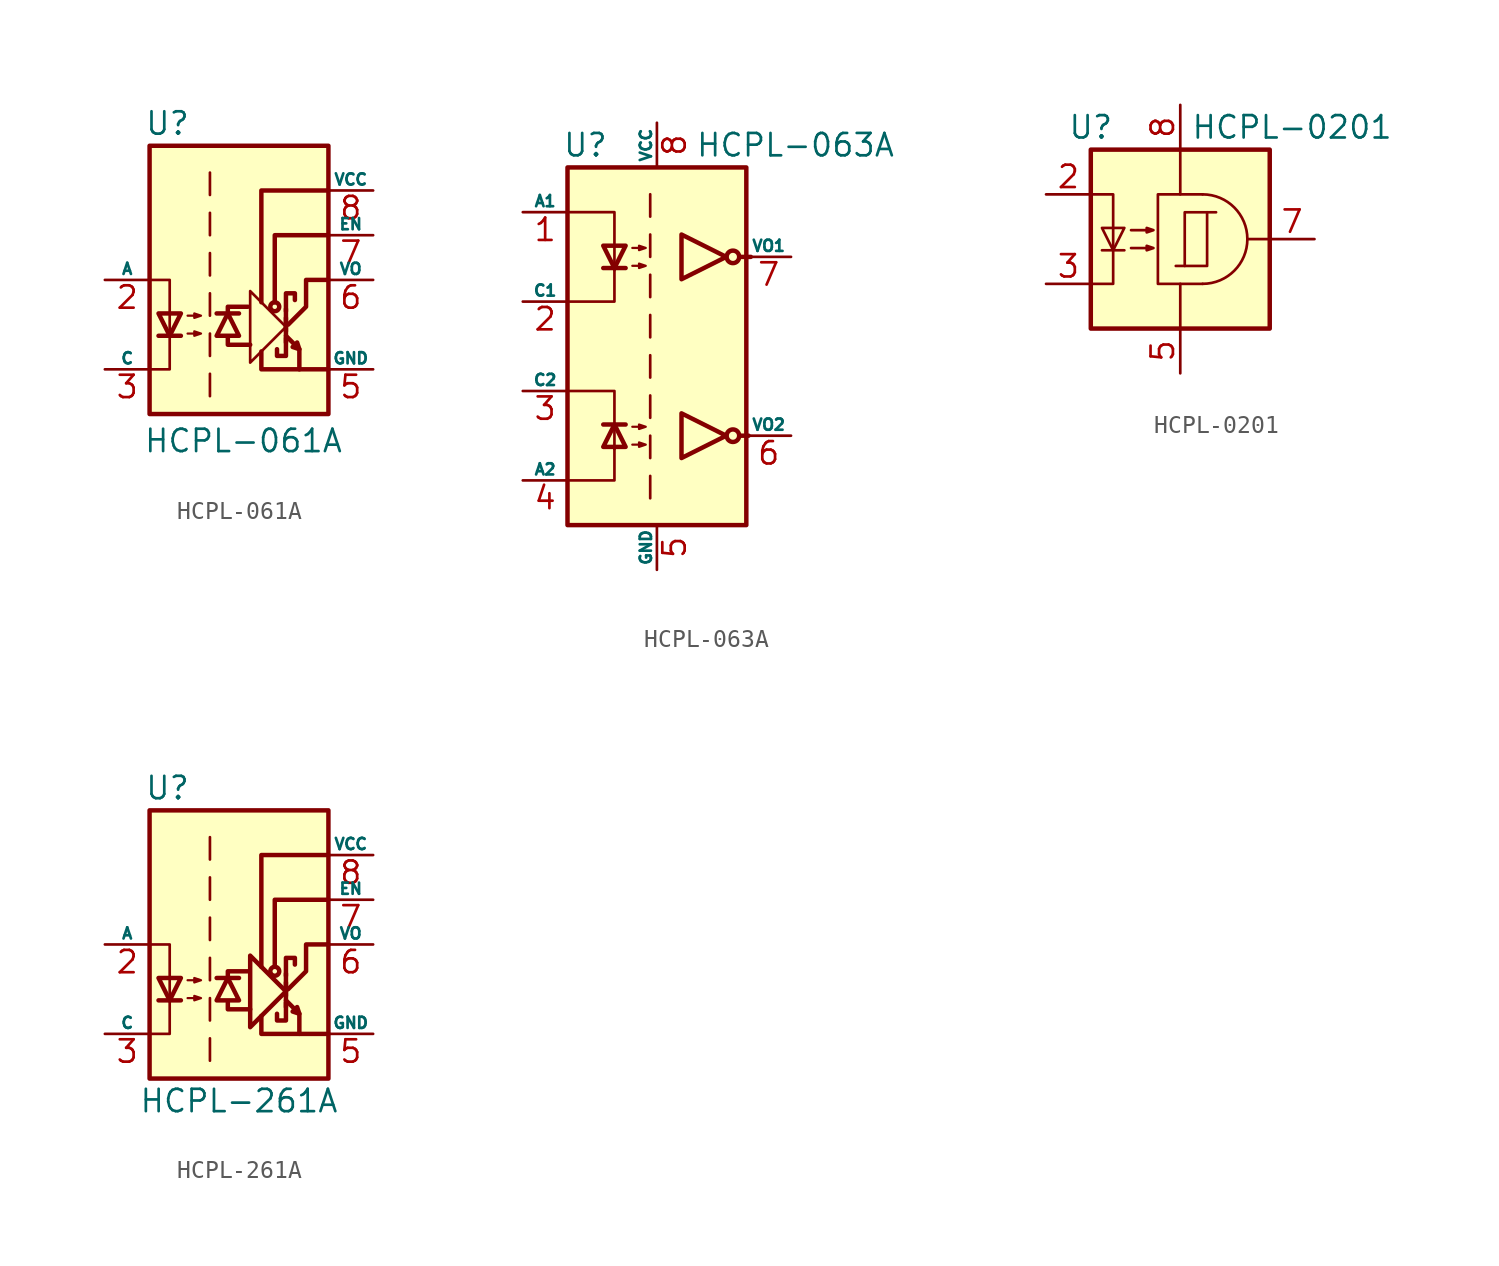
<source format=kicad_sym>
(kicad_symbol_lib
  (version 20201005)
  (generator kicad_symbol_editor)
  (symbol "HCPL-061A"
    (pin_names
      (offset 0))
    (property "Reference" "U"
      (at -4.064 8.89 0)
      (effects (font (size 1.27 1.27))))
    (property "Value" "HCPL-061A"
      (at 0.254 -9.144 0)
      (effects (font (size 1.27 1.27))))
    (symbol "HCPL-061A_0_1"
      (circle (center 2.032 -1.524) (radius 0.254) (stroke (width 0.254)) (fill (type none)))
      (polyline (pts (xy 2.667 -3.556) (xy 2.667 -1.651)) (stroke (width 0.254)) (fill (type none)))
      (polyline (pts (xy 2.667 -2.159) (xy 2.667 -2.921)) (stroke (width 0.254)) (fill (type none)))
      (polyline (pts (xy 3.429 -3.937) (xy 3.429 -5.08)) (stroke (width 0.254)) (fill (type none)))
      (polyline (pts (xy -0.635 -3.302) (xy -0.635 -3.683) (xy 0.635 -3.683)) (stroke (width 0.254)) (fill (type none)))
      (polyline (pts (xy -0.635 -1.905) (xy -0.635 -1.524) (xy 0.508 -1.524)) (stroke (width 0.254)) (fill (type none)))
      (polyline (pts (xy 1.27 -4.064) (xy 1.27 -5.08) (xy 5.08 -5.08)) (stroke (width 0.254)) (fill (type none)))
      (polyline (pts (xy 1.27 -1.27) (xy 1.27 5.08) (xy 5.08 5.08)) (stroke (width 0.254)) (fill (type none)))
      (polyline (pts (xy 2.032 -1.27) (xy 2.032 2.54) (xy 5.08 2.54)) (stroke (width 0.254)) (fill (type none)))
      (polyline (pts (xy -5.08 -5.08) (xy -3.937 -5.08) (xy -3.937 0) (xy -5.08 0)) (stroke (width 0)) (fill (type none)))
      (polyline (pts (xy 2.667 -3.302) (xy 2.667 -4.318) (xy 2.159 -4.318) (xy 2.159 -3.937)) (stroke (width 0.254)) (fill (type none)))
      (polyline (pts (xy 2.667 -2.667) (xy 0.635 -4.699) (xy 0.635 -0.635) (xy 2.667 -2.667)) (stroke (width 0)) (fill (type none)))
      (polyline (pts (xy 2.667 -1.778) (xy 2.667 -0.762) (xy 3.175 -0.762) (xy 3.175 -1.143)) (stroke (width 0.254)) (fill (type none)))
      (polyline (pts (xy 2.794 -2.54) (xy 3.81 -1.524) (xy 3.81 0) (xy 5.08 0)) (stroke (width 0.254)) (fill (type none)))
      (polyline (pts (xy 2.667 -3.175) (xy 3.429 -3.937) (xy 3.302 -3.556) (xy 3.048 -3.81) (xy 3.429 -3.937)) (stroke (width 0.254)) (fill (type none))))
    (symbol "HCPL-061A_1_1"
      (rectangle (start -5.08 7.62) (end 5.08 -7.62) (stroke (width 0.254)) (fill (type background)))
      (polyline (pts (xy -4.572 -3.175) (xy -3.302 -3.175)) (stroke (width 0.254)) (fill (type none)))
      (polyline (pts (xy -1.651 -5.334) (xy -1.651 -6.604)) (stroke (width 0)) (fill (type none)))
      (polyline (pts (xy -1.651 -3.048) (xy -1.651 -4.318)) (stroke (width 0)) (fill (type none)))
      (polyline (pts (xy -1.651 -0.762) (xy -1.651 -2.032)) (stroke (width 0)) (fill (type none)))
      (polyline (pts (xy -1.651 1.524) (xy -1.651 0.254)) (stroke (width 0)) (fill (type none)))
      (polyline (pts (xy -1.651 3.81) (xy -1.651 2.54)) (stroke (width 0)) (fill (type none)))
      (polyline (pts (xy -1.651 6.096) (xy -1.651 4.826)) (stroke (width 0)) (fill (type none)))
      (polyline (pts (xy -1.27 -1.905) (xy 0 -1.905)) (stroke (width 0.254)) (fill (type none)))
      (polyline (pts (xy -3.937 -3.175) (xy -4.572 -1.905) (xy -3.302 -1.905) (xy -3.937 -3.175)) (stroke (width 0.254)) (fill (type none)))
      (polyline (pts (xy -0.635 -1.905) (xy -1.27 -3.175) (xy 0 -3.175) (xy -0.635 -1.905)) (stroke (width 0.254)) (fill (type none)))
      (polyline (pts (xy -2.921 -3.048) (xy -2.159 -3.048) (xy -2.54 -3.175) (xy -2.54 -2.921) (xy -2.159 -3.048)) (stroke (width 0.127)) (fill (type none)))
      (polyline (pts (xy -2.921 -2.032) (xy -2.159 -2.032) (xy -2.54 -2.159) (xy -2.54 -1.905) (xy -2.159 -2.032)) (stroke (width 0.127)) (fill (type none)))
      (pin no_connect line (at -5.08 5.08 0) (length 2.54) hide (name "NC" (effects (font (size 0.635 0.635)))) (number "1" (effects (font (size 1.27 1.27)))))
      (pin passive line (at -7.62 0 0) (length 2.54) (name "A" (effects (font (size 0.635 0.635)))) (number "2" (effects (font (size 1.27 1.27)))))
      (pin passive line (at -7.62 -5.08 0) (length 2.54) (name "C" (effects (font (size 0.635 0.635)))) (number "3" (effects (font (size 1.27 1.27)))))
      (pin power_in line (at 7.62 -5.08 180) (length 2.54) (name "GND" (effects (font (size 0.635 0.635)))) (number "5" (effects (font (size 1.27 1.27)))))
      (pin open_collector line (at 7.62 0 180) (length 2.54) (name "VO" (effects (font (size 0.635 0.635)))) (number "6" (effects (font (size 1.27 1.27)))))
      (pin input line (at 7.62 2.54 180) (length 2.54) (name "EN" (effects (font (size 0.635 0.635)))) (number "7" (effects (font (size 1.27 1.27)))))
      (pin power_in line (at 7.62 5.08 180) (length 2.54) (name "VCC" (effects (font (size 0.635 0.635)))) (number "8" (effects (font (size 1.27 1.27)))))))
  (symbol "HCPL-063A"
    (pin_names
      (offset 0))
    (property "Reference" "U"
      (at -4.064 11.43 0)
      (effects (font (size 1.27 1.27))))
    (property "Value" "HCPL-063A"
      (at 7.874 11.43 0)
      (effects (font (size 1.27 1.27))))
    (symbol "HCPL-063A_0_1"
      (rectangle (start -5.08 10.16) (end 5.08 -10.16) (stroke (width 0.254)) (fill (type background))))
    (symbol "HCPL-063A_1_1"
      (circle (center 4.318 -5.08) (radius 0.356) (stroke (width 0.254)) (fill (type none)))
      (circle (center 4.318 5.08) (radius 0.356) (stroke (width 0.254)) (fill (type none)))
      (polyline (pts (xy -3.048 -4.445) (xy -1.778 -4.445)) (stroke (width 0.254)) (fill (type none)))
      (polyline (pts (xy -3.048 4.445) (xy -1.778 4.445)) (stroke (width 0.254)) (fill (type none)))
      (polyline (pts (xy -0.381 -7.366) (xy -0.381 -8.636)) (stroke (width 0)) (fill (type none)))
      (polyline (pts (xy -0.381 -5.08) (xy -0.381 -6.35)) (stroke (width 0)) (fill (type none)))
      (polyline (pts (xy -0.381 -2.794) (xy -0.381 -4.064)) (stroke (width 0)) (fill (type none)))
      (polyline (pts (xy -0.381 -0.508) (xy -0.381 -1.778)) (stroke (width 0)) (fill (type none)))
      (polyline (pts (xy -0.381 1.778) (xy -0.381 0.508)) (stroke (width 0)) (fill (type none)))
      (polyline (pts (xy -0.381 4.064) (xy -0.381 2.794)) (stroke (width 0)) (fill (type none)))
      (polyline (pts (xy -0.381 6.35) (xy -0.381 5.08)) (stroke (width 0)) (fill (type none)))
      (polyline (pts (xy -0.381 8.636) (xy -0.381 7.366)) (stroke (width 0)) (fill (type none)))
      (polyline (pts (xy 4.699 -5.08) (xy 5.207 -5.08)) (stroke (width 0.254)) (fill (type none)))
      (polyline (pts (xy 4.699 5.08) (xy 5.334 5.08)) (stroke (width 0.254)) (fill (type none)))
      (polyline (pts (xy -4.953 -7.62) (xy -2.413 -7.62) (xy -2.413 -5.715)) (stroke (width 0)) (fill (type none)))
      (polyline (pts (xy -4.953 7.62) (xy -2.413 7.62) (xy -2.413 4.318)) (stroke (width 0)) (fill (type none)))
      (polyline (pts (xy -2.413 -5.842) (xy -2.413 -2.54) (xy -4.953 -2.54)) (stroke (width 0)) (fill (type none)))
      (polyline (pts (xy -2.413 4.445) (xy -2.413 2.54) (xy -4.953 2.54)) (stroke (width 0)) (fill (type none)))
      (polyline (pts (xy -2.413 -4.445) (xy -3.048 -5.715) (xy -1.778 -5.715) (xy -2.413 -4.445)) (stroke (width 0.254)) (fill (type none)))
      (polyline (pts (xy -2.413 4.445) (xy -3.048 5.715) (xy -1.778 5.715) (xy -2.413 4.445)) (stroke (width 0.254)) (fill (type none)))
      (polyline (pts (xy 3.937 -5.08) (xy 1.397 -3.81) (xy 1.397 -6.35) (xy 3.937 -5.08)) (stroke (width 0.254)) (fill (type none)))
      (polyline (pts (xy 3.937 5.08) (xy 1.397 6.35) (xy 1.397 3.81) (xy 3.937 5.08)) (stroke (width 0.254)) (fill (type none)))
      (polyline (pts (xy -1.397 -5.588) (xy -0.635 -5.588) (xy -1.016 -5.715) (xy -1.016 -5.461) (xy -0.635 -5.588)) (stroke (width 0.127)) (fill (type none)))
      (polyline (pts (xy -1.397 -4.572) (xy -0.635 -4.572) (xy -1.016 -4.699) (xy -1.016 -4.445) (xy -0.635 -4.572)) (stroke (width 0.127)) (fill (type none)))
      (polyline (pts (xy -1.397 4.572) (xy -0.635 4.572) (xy -1.016 4.445) (xy -1.016 4.699) (xy -0.635 4.572)) (stroke (width 0.127)) (fill (type none)))
      (polyline (pts (xy -1.397 5.588) (xy -0.635 5.588) (xy -1.016 5.461) (xy -1.016 5.715) (xy -0.635 5.588)) (stroke (width 0.127)) (fill (type none)))
      (pin passive line (at -7.62 7.62 0) (length 2.54) (name "A1" (effects (font (size 0.635 0.635)))) (number "1" (effects (font (size 1.27 1.27)))))
      (pin passive line (at -7.62 2.54 0) (length 2.54) (name "C1" (effects (font (size 0.635 0.635)))) (number "2" (effects (font (size 1.27 1.27)))))
      (pin passive line (at -7.62 -2.54 0) (length 2.54) (name "C2" (effects (font (size 0.635 0.635)))) (number "3" (effects (font (size 1.27 1.27)))))
      (pin passive line (at -7.62 -7.62 0) (length 2.54) (name "A2" (effects (font (size 0.635 0.635)))) (number "4" (effects (font (size 1.27 1.27)))))
      (pin power_in line (at 0 -12.7 90) (length 2.54) (name "GND" (effects (font (size 0.635 0.635)))) (number "5" (effects (font (size 1.27 1.27)))))
      (pin open_collector line (at 7.62 -5.08 180) (length 2.54) (name "VO2" (effects (font (size 0.635 0.635)))) (number "6" (effects (font (size 1.27 1.27)))))
      (pin open_collector line (at 7.62 5.08 180) (length 2.54) (name "VO1" (effects (font (size 0.635 0.635)))) (number "7" (effects (font (size 1.27 1.27)))))
      (pin power_in line (at 0 12.7 270) (length 2.54) (name "VCC" (effects (font (size 0.635 0.635)))) (number "8" (effects (font (size 1.27 1.27)))))))
  (symbol "HCPL-0201"
    (property "Reference" "U"
      (at -5.08 6.35 0)
      (effects (font (size 1.27 1.27))))
    (property "Value" "HCPL-0201"
      (at 6.35 6.35 0)
      (effects (font (size 1.27 1.27))))
    (symbol "HCPL-0201_0_1"
      (rectangle (start 0.254 1.524) (end 1.524 -1.524) (stroke (width 0)) (fill (type none)))
      (polyline (pts (xy 0.254 -1.524) (xy -0.254 -1.524)) (stroke (width 0)) (fill (type none)))
      (polyline (pts (xy 1.524 1.524) (xy 2.032 1.524)) (stroke (width 0)) (fill (type none)))
      (polyline (pts (xy 5.08 0) (xy 3.81 0)) (stroke (width 0)) (fill (type none))))
    (symbol "HCPL-0201_1_1"
      (arc (start 1.27 -2.54) (end 1.27 2.54) (radius (at 1.27 0) (length 2.54) (angles -89.9 89.9)) (stroke (width 0)) (fill (type none)))
      (rectangle (start -5.08 5.08) (end 5.08 -5.08) (stroke (width 0.254)) (fill (type background)))
      (polyline (pts (xy -4.445 -0.635) (xy -3.175 -0.635)) (stroke (width 0)) (fill (type none)))
      (polyline (pts (xy 0 2.54) (xy 0 5.08)) (stroke (width 0)) (fill (type none)))
      (polyline (pts (xy 0 -2.54) (xy 0 -5.08) (xy 0 -3.81)) (stroke (width 0)) (fill (type none)))
      (polyline (pts (xy -5.08 -2.54) (xy -3.81 -2.54) (xy -3.81 2.54) (xy -5.08 2.54)) (stroke (width 0)) (fill (type none)))
      (polyline (pts (xy -3.81 -0.635) (xy -4.445 0.635) (xy -3.175 0.635) (xy -3.81 -0.635)) (stroke (width 0)) (fill (type none)))
      (polyline (pts (xy 1.27 -2.54) (xy -1.27 -2.54) (xy -1.27 2.54) (xy 1.27 2.54)) (stroke (width 0)) (fill (type none)))
      (polyline (pts (xy -2.794 -0.508) (xy -1.524 -0.508) (xy -1.905 -0.635) (xy -1.905 -0.381) (xy -1.524 -0.508)) (stroke (width 0)) (fill (type none)))
      (polyline (pts (xy -2.794 0.508) (xy -1.524 0.508) (xy -1.905 0.381) (xy -1.905 0.635) (xy -1.524 0.508)) (stroke (width 0)) (fill (type none)))
      (pin no_connect line (at -5.08 0 0) (length 2.54) hide (name "~" (effects (font (size 1.27 1.27)))) (number "1" (effects (font (size 1.27 1.27)))))
      (pin passive line (at -7.62 2.54 0) (length 2.54) (name "~" (effects (font (size 1.27 1.27)))) (number "2" (effects (font (size 1.27 1.27)))))
      (pin passive line (at -7.62 -2.54 0) (length 2.54) (name "~" (effects (font (size 1.27 1.27)))) (number "3" (effects (font (size 1.27 1.27)))))
      (pin no_connect line (at -5.08 -5.08 0) (length 2.54) hide (name "~" (effects (font (size 1.27 1.27)))) (number "4" (effects (font (size 1.27 1.27)))))
      (pin power_in line (at 0 -7.62 90) (length 2.54) (name "~" (effects (font (size 1.27 1.27)))) (number "5" (effects (font (size 1.27 1.27)))))
      (pin no_connect line (at 5.08 -2.54 180) (length 2.54) hide (name "~" (effects (font (size 1.27 1.27)))) (number "6" (effects (font (size 1.27 1.27)))))
      (pin output line (at 7.62 0 180) (length 2.54) (name "~" (effects (font (size 1.27 1.27)))) (number "7" (effects (font (size 1.27 1.27)))))
      (pin power_in line (at 0 7.62 270) (length 2.54) (name "~" (effects (font (size 1.27 1.27)))) (number "8" (effects (font (size 1.27 1.27)))))))
  (symbol "HCPL-261A"
    (pin_names
      (offset 0))
    (property "Reference" "U"
      (at -4.064 8.89 0)
      (effects (font (size 1.27 1.27))))
    (property "Value" "HCPL-261A"
      (at 0 -8.89 0)
      (effects (font (size 1.27 1.27))))
    (symbol "HCPL-261A_0_1"
      (circle (center 2.032 -1.524) (radius 0.254) (stroke (width 0.254)) (fill (type none)))
      (polyline (pts (xy 2.667 -3.556) (xy 2.667 -1.651)) (stroke (width 0.254)) (fill (type none)))
      (polyline (pts (xy 2.667 -2.159) (xy 2.667 -2.921)) (stroke (width 0.254)) (fill (type none)))
      (polyline (pts (xy 3.429 -3.937) (xy 3.429 -5.08)) (stroke (width 0.254)) (fill (type none)))
      (polyline (pts (xy -0.635 -3.302) (xy -0.635 -3.683) (xy 0.635 -3.683)) (stroke (width 0.254)) (fill (type none)))
      (polyline (pts (xy -0.635 -1.905) (xy -0.635 -1.524) (xy 0.508 -1.524)) (stroke (width 0.254)) (fill (type none)))
      (polyline (pts (xy 1.27 -4.064) (xy 1.27 -5.08) (xy 5.08 -5.08)) (stroke (width 0.254)) (fill (type none)))
      (polyline (pts (xy 1.27 -1.27) (xy 1.27 5.08) (xy 5.08 5.08)) (stroke (width 0.254)) (fill (type none)))
      (polyline (pts (xy 2.032 -1.27) (xy 2.032 2.54) (xy 5.08 2.54)) (stroke (width 0.254)) (fill (type none)))
      (polyline (pts (xy -5.08 -5.08) (xy -3.937 -5.08) (xy -3.937 0) (xy -5.08 0)) (stroke (width 0)) (fill (type none)))
      (polyline (pts (xy 2.667 -3.302) (xy 2.667 -4.318) (xy 2.159 -4.318) (xy 2.159 -3.937)) (stroke (width 0.254)) (fill (type none)))
      (polyline (pts (xy 2.667 -2.667) (xy 0.635 -4.699) (xy 0.635 -0.635) (xy 2.667 -2.667)) (stroke (width 0.254)) (fill (type none)))
      (polyline (pts (xy 2.667 -1.778) (xy 2.667 -0.762) (xy 3.175 -0.762) (xy 3.175 -1.143)) (stroke (width 0.254)) (fill (type none)))
      (polyline (pts (xy 2.794 -2.54) (xy 3.81 -1.524) (xy 3.81 0) (xy 5.08 0)) (stroke (width 0.254)) (fill (type none)))
      (polyline (pts (xy 2.667 -3.175) (xy 3.429 -3.937) (xy 3.302 -3.556) (xy 3.048 -3.81) (xy 3.429 -3.937)) (stroke (width 0.254)) (fill (type none))))
    (symbol "HCPL-261A_1_1"
      (rectangle (start -5.08 7.62) (end 5.08 -7.62) (stroke (width 0.254)) (fill (type background)))
      (polyline (pts (xy -4.572 -3.175) (xy -3.302 -3.175)) (stroke (width 0.254)) (fill (type none)))
      (polyline (pts (xy -1.651 -5.334) (xy -1.651 -6.604)) (stroke (width 0)) (fill (type none)))
      (polyline (pts (xy -1.651 -3.048) (xy -1.651 -4.318)) (stroke (width 0)) (fill (type none)))
      (polyline (pts (xy -1.651 -0.762) (xy -1.651 -2.032)) (stroke (width 0)) (fill (type none)))
      (polyline (pts (xy -1.651 1.524) (xy -1.651 0.254)) (stroke (width 0)) (fill (type none)))
      (polyline (pts (xy -1.651 3.81) (xy -1.651 2.54)) (stroke (width 0)) (fill (type none)))
      (polyline (pts (xy -1.651 6.096) (xy -1.651 4.826)) (stroke (width 0)) (fill (type none)))
      (polyline (pts (xy -1.27 -1.905) (xy 0 -1.905)) (stroke (width 0.254)) (fill (type none)))
      (polyline (pts (xy -3.937 -3.175) (xy -4.572 -1.905) (xy -3.302 -1.905) (xy -3.937 -3.175)) (stroke (width 0.254)) (fill (type none)))
      (polyline (pts (xy -0.635 -1.905) (xy -1.27 -3.175) (xy 0 -3.175) (xy -0.635 -1.905)) (stroke (width 0.254)) (fill (type none)))
      (polyline (pts (xy -2.921 -3.048) (xy -2.159 -3.048) (xy -2.54 -3.175) (xy -2.54 -2.921) (xy -2.159 -3.048)) (stroke (width 0.127)) (fill (type none)))
      (polyline (pts (xy -2.921 -2.032) (xy -2.159 -2.032) (xy -2.54 -2.159) (xy -2.54 -1.905) (xy -2.159 -2.032)) (stroke (width 0.127)) (fill (type none)))
      (pin no_connect line (at -5.08 5.08 0) (length 2.54) hide (name "NC" (effects (font (size 0.635 0.635)))) (number "1" (effects (font (size 1.27 1.27)))))
      (pin passive line (at -7.62 0 0) (length 2.54) (name "A" (effects (font (size 0.635 0.635)))) (number "2" (effects (font (size 1.27 1.27)))))
      (pin passive line (at -7.62 -5.08 0) (length 2.54) (name "C" (effects (font (size 0.635 0.635)))) (number "3" (effects (font (size 1.27 1.27)))))
      (pin power_in line (at 7.62 -5.08 180) (length 2.54) (name "GND" (effects (font (size 0.635 0.635)))) (number "5" (effects (font (size 1.27 1.27)))))
      (pin open_collector line (at 7.62 0 180) (length 2.54) (name "VO" (effects (font (size 0.635 0.635)))) (number "6" (effects (font (size 1.27 1.27)))))
      (pin input line (at 7.62 2.54 180) (length 2.54) (name "EN" (effects (font (size 0.635 0.635)))) (number "7" (effects (font (size 1.27 1.27)))))
      (pin power_in line (at 7.62 5.08 180) (length 2.54) (name "VCC" (effects (font (size 0.635 0.635)))) (number "8" (effects (font (size 1.27 1.27))))))))
</source>
